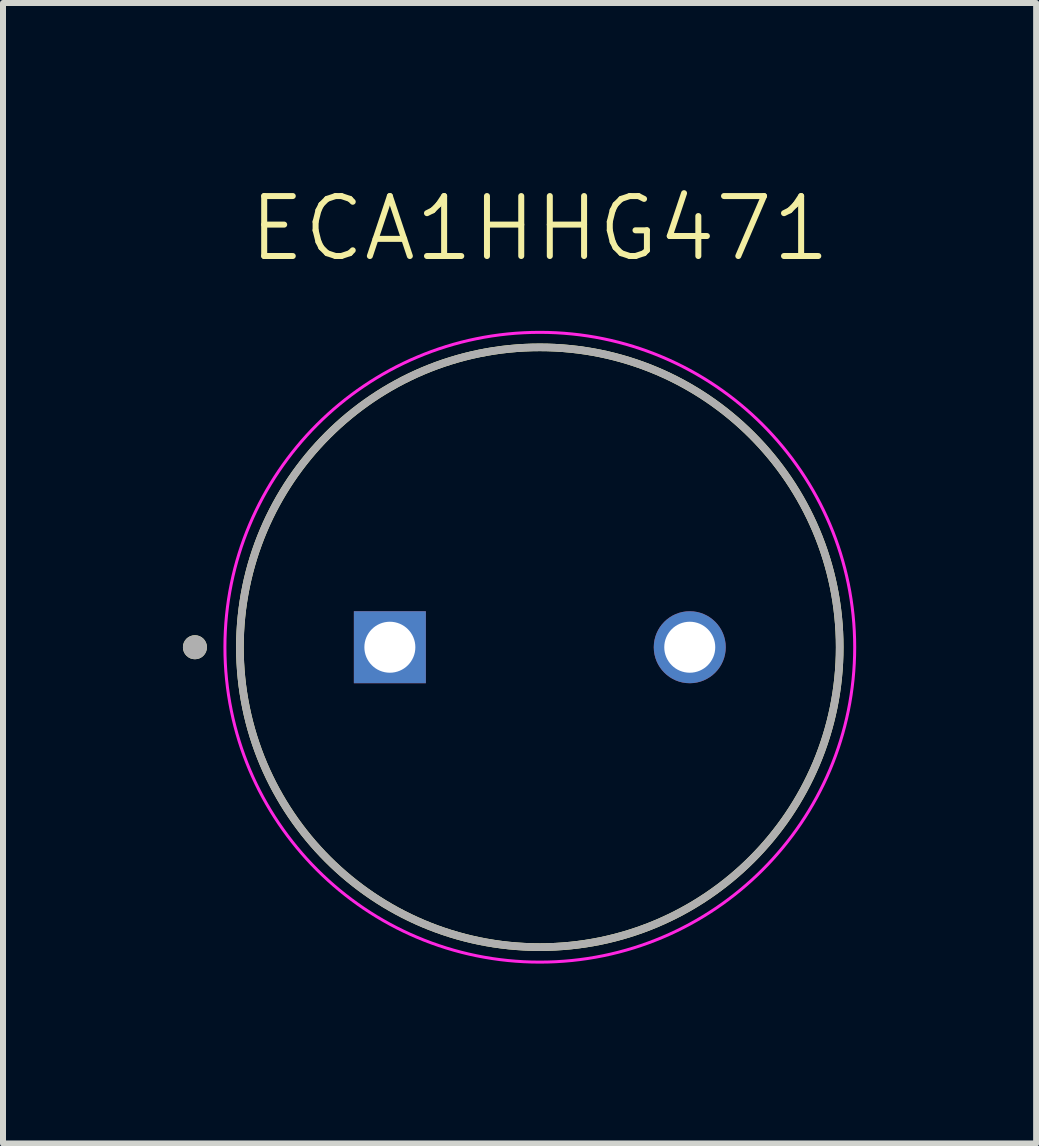
<source format=kicad_pcb>
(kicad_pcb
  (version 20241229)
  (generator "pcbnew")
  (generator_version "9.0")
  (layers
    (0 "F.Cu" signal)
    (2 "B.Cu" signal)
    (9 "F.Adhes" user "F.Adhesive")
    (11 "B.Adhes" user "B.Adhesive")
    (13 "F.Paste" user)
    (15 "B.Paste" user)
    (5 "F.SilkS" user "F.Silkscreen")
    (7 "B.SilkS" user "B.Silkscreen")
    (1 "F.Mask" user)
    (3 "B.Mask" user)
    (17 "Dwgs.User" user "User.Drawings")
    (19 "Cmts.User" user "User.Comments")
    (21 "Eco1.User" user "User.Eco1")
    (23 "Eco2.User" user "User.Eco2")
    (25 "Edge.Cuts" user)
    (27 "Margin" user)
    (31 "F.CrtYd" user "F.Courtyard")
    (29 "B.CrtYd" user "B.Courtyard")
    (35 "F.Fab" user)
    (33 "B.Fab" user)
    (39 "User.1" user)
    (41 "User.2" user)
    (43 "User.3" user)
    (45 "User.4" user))
  (footprint "ECA1HHG471"
    (layer "F.Cu")
    (at 5.85 7.681)
    (property "Reference" "ECA1HHG471" (at 0.1 -6.92 0) (unlocked yes) (layer "F.SilkS") (effects (font (size 1 1) (thickness 0.1))))
    (attr smd)
    (fp_circle (center -5.65 0.06) (end -5.55 0.06) (stroke (width 0.2) (type solid)) (fill no) (layer "F.SilkS"))
    (fp_circle (center 0.1 0.06) (end 5.1 0.06) (stroke (width 0.127) (type solid)) (fill no) (layer "F.SilkS"))
    (fp_circle (center 0.1 0.06) (end 5.35 0.06) (stroke (width 0.05) (type solid)) (fill no) (layer "F.CrtYd"))
    (fp_circle (center -5.65 0.06) (end -5.55 0.06) (stroke (width 0.2) (type solid)) (fill no) (layer "F.Fab"))
    (fp_circle (center 0.1 0.06) (end 5.1 0.06) (stroke (width 0.127) (type solid)) (fill no) (layer "F.Fab"))
    (pad "1" thru_hole rect (at -2.4 0.06) (size 1.2 1.2) (drill 0.85) (layers "*.Cu" "*.Mask"))
    (pad "2" thru_hole circle (at 2.6 0.06) (size 1.2 1.2) (drill 0.85) (layers "*.Cu" "*.Mask")))
  (gr_rect
    (start -3 -3)
    (end 14.225 16.015)
    (stroke (width 0.1) (type default))
    (fill no)
    (layer "Edge.Cuts")))
</source>
